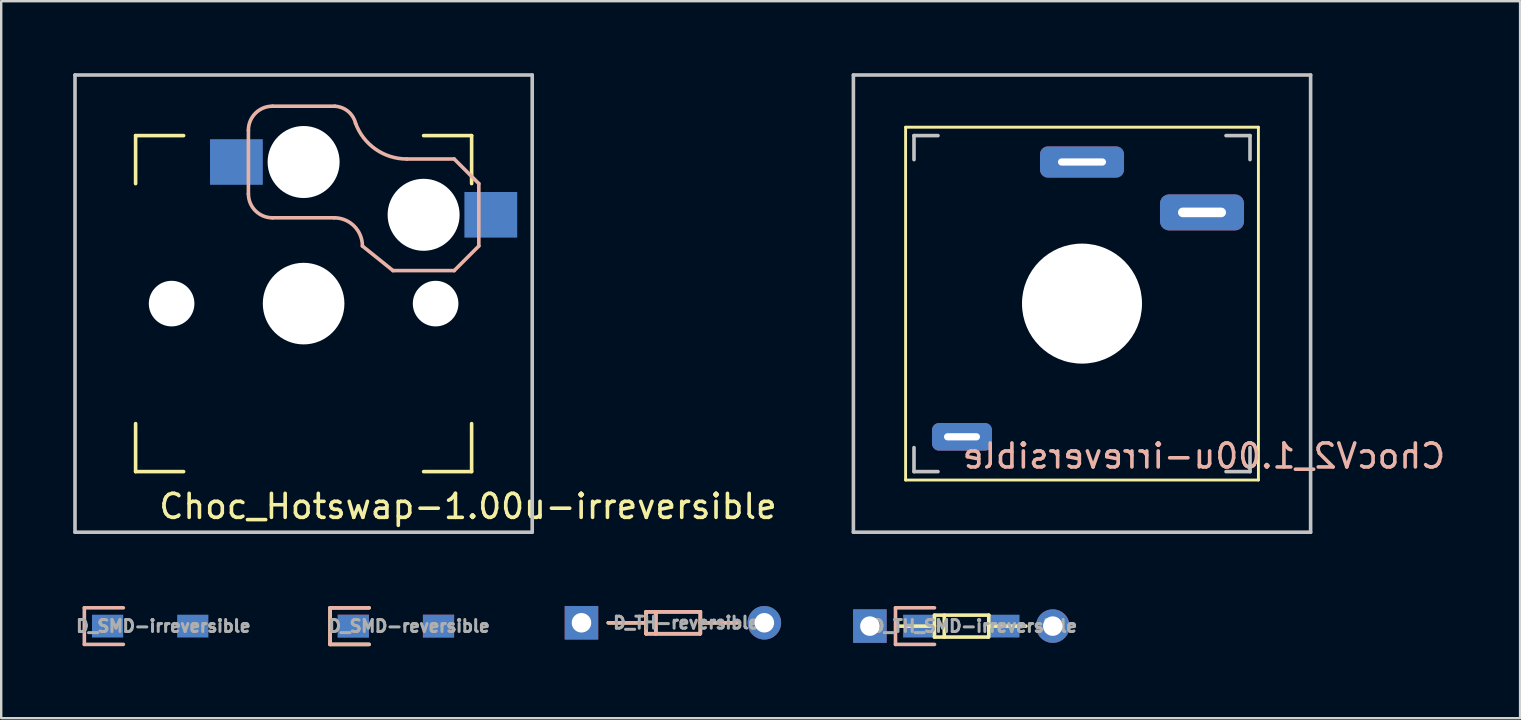
<source format=kicad_pcb>
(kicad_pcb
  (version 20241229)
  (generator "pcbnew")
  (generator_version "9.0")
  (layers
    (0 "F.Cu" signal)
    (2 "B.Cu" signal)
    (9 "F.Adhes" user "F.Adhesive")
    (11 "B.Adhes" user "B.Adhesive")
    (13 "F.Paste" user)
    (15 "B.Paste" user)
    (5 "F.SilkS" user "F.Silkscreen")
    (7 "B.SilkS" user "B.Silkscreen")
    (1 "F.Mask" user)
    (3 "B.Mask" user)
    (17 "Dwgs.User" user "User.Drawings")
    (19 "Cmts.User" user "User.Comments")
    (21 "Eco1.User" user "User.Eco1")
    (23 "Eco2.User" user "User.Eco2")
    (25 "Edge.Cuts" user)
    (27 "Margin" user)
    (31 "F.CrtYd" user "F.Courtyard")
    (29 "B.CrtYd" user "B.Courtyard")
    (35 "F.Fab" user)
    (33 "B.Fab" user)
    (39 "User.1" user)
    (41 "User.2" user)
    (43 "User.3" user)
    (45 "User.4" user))
  (footprint "D_TH-reversible"
    (layer "F.Cu")
    (at 24.987 22.898)
    (property "Reference" "D_TH-reversible" (at 0.55 0 0) (layer "F.Fab") (effects (font (size 0.5 0.5) (thickness 0.125))))
    (attr through_hole)
    (fp_line (start -2.692 0) (end -1.118 0) (stroke (width 0.15) (type solid)) (layer "F.SilkS"))
    (fp_line (start -1.118 -0.457) (end -1.118 0.457) (stroke (width 0.15) (type solid)) (layer "F.SilkS"))
    (fp_line (start -1.118 -0.457) (end 1.143 -0.457) (stroke (width 0.15) (type solid)) (layer "F.SilkS"))
    (fp_line (start -0.711 -0.457) (end -0.711 0.457) (stroke (width 0.15) (type solid)) (layer "F.SilkS"))
    (fp_line (start 1.118 0.457) (end -1.118 0.457) (stroke (width 0.15) (type solid)) (layer "F.SilkS"))
    (fp_line (start 1.143 -0.457) (end 1.143 0.457) (stroke (width 0.15) (type solid)) (layer "F.SilkS"))
    (fp_line (start 1.143 0) (end 2.692 0) (stroke (width 0.15) (type solid)) (layer "F.SilkS"))
    (fp_line (start -2.692 0) (end -1.118 0) (stroke (width 0.15) (type solid)) (layer "B.SilkS"))
    (fp_line (start -1.118 -0.457) (end -1.118 0.457) (stroke (width 0.15) (type solid)) (layer "B.SilkS"))
    (fp_line (start -1.118 -0.457) (end 1.143 -0.457) (stroke (width 0.15) (type solid)) (layer "B.SilkS"))
    (fp_line (start -0.711 -0.457) (end -0.711 0.457) (stroke (width 0.15) (type solid)) (layer "B.SilkS"))
    (fp_line (start 1.118 0.457) (end -1.118 0.457) (stroke (width 0.15) (type solid)) (layer "B.SilkS"))
    (fp_line (start 1.143 -0.457) (end 1.143 0.457) (stroke (width 0.15) (type solid)) (layer "B.SilkS"))
    (fp_line (start 1.143 0) (end 2.692 0) (stroke (width 0.15) (type solid)) (layer "B.SilkS"))
    (pad "1" thru_hole rect (at -3.81 0) (size 1.397 1.397) (drill 0.813) (layers "*.Cu" "*.Mask"))
    (pad "2" thru_hole circle (at 3.81 0) (size 1.397 1.397) (drill 0.813) (layers "*.Cu" "*.Mask")))
  (footprint "ChocV2_1.00u-irreversible"
    (layer "F.Cu")
    (at 42.032 9.6)
    (property "Reference" "ChocV2_1.00u-irreversible" (at 5.08 6.35 0) (layer "B.SilkS") (effects (font (size 1 1) (thickness 0.15)) (justify mirror)))
    (attr through_hole)
    (fp_line (start -7.35 -7.35) (end -7.35 7.35) (stroke (width 0.12) (type solid)) (layer "F.SilkS"))
    (fp_line (start -7.35 7.35) (end 7.35 7.35) (stroke (width 0.12) (type solid)) (layer "F.SilkS"))
    (fp_line (start 7.35 -7.35) (end -7.35 -7.35) (stroke (width 0.12) (type solid)) (layer "F.SilkS"))
    (fp_line (start 7.35 7.35) (end 7.35 -7.35) (stroke (width 0.12) (type solid)) (layer "F.SilkS"))
    (fp_line (start -9.525 -9.525) (end 9.525 -9.525) (stroke (width 0.15) (type solid)) (layer "Dwgs.User"))
    (fp_line (start -9.525 9.525) (end -9.525 -9.525) (stroke (width 0.15) (type solid)) (layer "Dwgs.User"))
    (fp_line (start -7 -7) (end -7 -6) (stroke (width 0.15) (type solid)) (layer "Dwgs.User"))
    (fp_line (start -7 6) (end -7 7) (stroke (width 0.15) (type solid)) (layer "Dwgs.User"))
    (fp_line (start -7 7) (end -6 7) (stroke (width 0.15) (type solid)) (layer "Dwgs.User"))
    (fp_line (start -6 -7) (end -7 -7) (stroke (width 0.15) (type solid)) (layer "Dwgs.User"))
    (fp_line (start 6 -7) (end 7 -7) (stroke (width 0.15) (type solid)) (layer "Dwgs.User"))
    (fp_line (start 7 -7) (end 7 -6) (stroke (width 0.15) (type solid)) (layer "Dwgs.User"))
    (fp_line (start 7 6) (end 7 7) (stroke (width 0.15) (type solid)) (layer "Dwgs.User"))
    (fp_line (start 7 7) (end 6 7) (stroke (width 0.15) (type solid)) (layer "Dwgs.User"))
    (fp_line (start 9.525 -9.525) (end 9.525 9.525) (stroke (width 0.15) (type solid)) (layer "Dwgs.User"))
    (fp_line (start 9.525 9.525) (end -9.525 9.525) (stroke (width 0.15) (type solid)) (layer "Dwgs.User"))
    (pad "" thru_hole roundrect (at -5 5.55 180) (size 2.5 1.15) (drill oval 1.5 0.3) (layers "*.Cu" "*.Mask") (roundrect_rratio 0.25))
    (pad "" np_thru_hole circle (at 0 0 270) (size 5 5) (drill 5) (layers "*.Cu" "*.Mask"))
    (pad "1" thru_hole roundrect (at 5 -3.8 180) (size 3.5 1.5) (drill oval 2 0.4) (layers "*.Cu" "*.Mask") (roundrect_rratio 0.25))
    (pad "2" thru_hole roundrect (at 0 -5.9 180) (size 3.5 1.3) (drill oval 2 0.3) (layers "*.Cu" "*.Mask") (roundrect_rratio 0.25)))
  (footprint "Choc_Hotswap-1.00u-irreversible"
    (layer "F.Cu")
    (at 9.6 9.6)
    (property "Reference" "Choc_Hotswap-1.00u-irreversible" (at 6.85 8.45 180) (layer "F.SilkS") (effects (font (size 1 1) (thickness 0.15))))
    (attr through_hole)
    (fp_line (start -7 -7) (end -7 -5) (stroke (width 0.15) (type solid)) (layer "F.SilkS"))
    (fp_line (start -7 5) (end -7 7) (stroke (width 0.15) (type solid)) (layer "F.SilkS"))
    (fp_line (start -7 7) (end -5 7) (stroke (width 0.15) (type solid)) (layer "F.SilkS"))
    (fp_line (start -5 -7) (end -7 -7) (stroke (width 0.15) (type solid)) (layer "F.SilkS"))
    (fp_line (start 5 -7) (end 7 -7) (stroke (width 0.15) (type solid)) (layer "F.SilkS"))
    (fp_line (start 7 -7) (end 7 -5) (stroke (width 0.15) (type solid)) (layer "F.SilkS"))
    (fp_line (start 7 5) (end 7 7) (stroke (width 0.15) (type solid)) (layer "F.SilkS"))
    (fp_line (start 7 7) (end 5 7) (stroke (width 0.15) (type solid)) (layer "F.SilkS"))
    (fp_line (start -2.3 -4.575) (end -2.3 -7.225) (stroke (width 0.15) (type solid)) (layer "B.SilkS"))
    (fp_line (start -1.3 -8.225) (end 1.3 -8.225) (stroke (width 0.15) (type solid)) (layer "B.SilkS"))
    (fp_line (start -1.3 -3.575) (end 1.275 -3.575) (stroke (width 0.15) (type solid)) (layer "B.SilkS"))
    (fp_line (start 3.725 -1.375) (end 2.45 -2.4) (stroke (width 0.15) (type solid)) (layer "B.SilkS"))
    (fp_line (start 3.725 -1.375) (end 6.275 -1.375) (stroke (width 0.15) (type solid)) (layer "B.SilkS"))
    (fp_line (start 4.3 -6.025) (end 6.275 -6.025) (stroke (width 0.15) (type solid)) (layer "B.SilkS"))
    (fp_line (start 7.3 -5) (end 6.275 -6.025) (stroke (width 0.15) (type solid)) (layer "B.SilkS"))
    (fp_line (start 7.3 -2.4) (end 6.275 -1.375) (stroke (width 0.15) (type solid)) (layer "B.SilkS"))
    (fp_line (start 7.3 -2.4) (end 7.3 -5) (stroke (width 0.15) (type solid)) (layer "B.SilkS"))
    (fp_arc (start -2.3 -7.225) (mid -2.007107 -7.932107) (end -1.3 -8.225) (stroke (width 0.15) (type solid)) (layer "B.SilkS"))
    (fp_arc (start -1.3 -3.575) (mid -2.007107 -3.867893) (end -2.3 -4.575) (stroke (width 0.15) (type solid)) (layer "B.SilkS"))
    (fp_arc (start 1.275 -3.575) (mid 2.10585 -3.23085) (end 2.45 -2.4) (stroke (width 0.15) (type solid)) (layer "B.SilkS"))
    (fp_arc (start 1.300995 -8.223791) (mid 1.848284 -8.016021) (end 2.162199 -7.521904) (stroke (width 0.15) (type solid)) (layer "B.SilkS"))
    (fp_arc (start 4.3 -6.025) (mid 2.995114 -6.436429) (end 2.162199 -7.521904) (stroke (width 0.15) (type solid)) (layer "B.SilkS"))
    (fp_line (start -9.525 -9.525) (end 9.525 -9.525) (stroke (width 0.15) (type solid)) (layer "Dwgs.User"))
    (fp_line (start -9.525 9.525) (end -9.525 -9.525) (stroke (width 0.15) (type solid)) (layer "Dwgs.User"))
    (fp_line (start 9.525 -9.525) (end 9.525 9.525) (stroke (width 0.15) (type solid)) (layer "Dwgs.User"))
    (fp_line (start 9.525 9.525) (end -9.525 9.525) (stroke (width 0.15) (type solid)) (layer "Dwgs.User"))
    (pad "" np_thru_hole circle (at -5.5 0 270) (size 1.9 1.9) (drill 1.9) (layers "*.Cu" "*.Mask"))
    (pad "" np_thru_hole circle (at 0 -5.9 270) (size 3 3) (drill 3) (layers "*.Cu" "*.Mask"))
    (pad "" np_thru_hole circle (at 0 0 270) (size 3.4 3.4) (drill 3.4) (layers "*.Cu" "*.Mask"))
    (pad "" np_thru_hole circle (at 5 -3.7 270) (size 3 3) (drill 3) (layers "*.Cu" "*.Mask"))
    (pad "" np_thru_hole circle (at 5.5 0 270) (size 1.9 1.9) (drill 1.9) (layers "*.Cu" "*.Mask"))
    (pad "1" smd rect (at 7.8 -3.7) (size 2.2 1.9) (layers "B.Cu" "B.Mask" "B.Paste"))
    (pad "2" smd rect (at -2.8 -5.9) (size 2.2 1.9) (layers "B.Cu" "B.Mask" "B.Paste")))
  (footprint "D_SMD-reversible"
    (layer "F.Cu")
    (at 13.446 23.037)
    (property "Reference" "D_SMD-reversible" (at 0.55 0 0) (layer "F.Fab") (effects (font (size 0.5 0.5) (thickness 0.125))))
    (attr through_hole)
    (fp_line (start -2.743 -0.762) (end -2.743 0.762) (stroke (width 0.15) (type solid)) (layer "F.SilkS"))
    (fp_line (start -2.743 -0.762) (end -1.118 -0.762) (stroke (width 0.15) (type solid)) (layer "F.SilkS"))
    (fp_line (start -2.743 0.762) (end -1.118 0.762) (stroke (width 0.15) (type solid)) (layer "F.SilkS"))
    (fp_line (start -2.743 -0.762) (end -2.743 0.762) (stroke (width 0.15) (type solid)) (layer "B.SilkS"))
    (fp_line (start -2.743 -0.762) (end -1.118 -0.762) (stroke (width 0.15) (type solid)) (layer "B.SilkS"))
    (fp_line (start -2.743 0.762) (end -1.118 0.762) (stroke (width 0.15) (type solid)) (layer "B.SilkS"))
    (pad "1" smd rect (at -1.775 0) (size 1.3 0.95) (layers "F.Cu" "F.Mask" "F.Paste"))
    (pad "1" smd rect (at -1.775 0) (size 1.3 0.95) (layers "B.Cu" "B.Mask" "B.Paste"))
    (pad "2" smd rect (at 1.775 0) (size 1.3 0.95) (layers "F.Cu" "F.Mask" "F.Paste"))
    (pad "2" smd rect (at 1.775 0) (size 1.3 0.95) (layers "B.Cu" "B.Mask" "B.Paste")))
  (footprint "D_TH_SMD-irreversible"
    (layer "F.Cu")
    (at 37.004 23.037)
    (property "Reference" "D_TH_SMD-irreversible" (at 0.55 0 0) (layer "F.Fab") (effects (font (size 0.5 0.5) (thickness 0.125))))
    (attr through_hole)
    (fp_line (start -2.692 0) (end -1.118 0) (stroke (width 0.15) (type solid)) (layer "F.SilkS"))
    (fp_line (start -1.118 -0.457) (end -1.118 0.457) (stroke (width 0.15) (type solid)) (layer "F.SilkS"))
    (fp_line (start -1.118 -0.457) (end 1.143 -0.457) (stroke (width 0.15) (type solid)) (layer "F.SilkS"))
    (fp_line (start -0.711 -0.457) (end -0.711 0.457) (stroke (width 0.15) (type solid)) (layer "F.SilkS"))
    (fp_line (start 1.118 0.457) (end -1.118 0.457) (stroke (width 0.15) (type solid)) (layer "F.SilkS"))
    (fp_line (start 1.143 -0.457) (end 1.143 0.457) (stroke (width 0.15) (type solid)) (layer "F.SilkS"))
    (fp_line (start 1.143 0) (end 2.692 0) (stroke (width 0.15) (type solid)) (layer "F.SilkS"))
    (fp_line (start -2.743 -0.762) (end -2.743 0.762) (stroke (width 0.15) (type solid)) (layer "B.SilkS"))
    (fp_line (start -2.743 -0.762) (end -1.118 -0.762) (stroke (width 0.15) (type solid)) (layer "B.SilkS"))
    (fp_line (start -2.743 0.762) (end -1.118 0.762) (stroke (width 0.15) (type solid)) (layer "B.SilkS"))
    (pad "1" thru_hole rect (at -3.81 0) (size 1.397 1.397) (drill 0.813) (layers "*.Cu" "*.Mask"))
    (pad "1" smd rect (at -1.775 0) (size 1.3 0.95) (layers "B.Cu" "B.Mask" "B.Paste"))
    (pad "2" smd rect (at 1.775 0) (size 1.3 0.95) (layers "B.Cu" "B.Mask" "B.Paste"))
    (pad "2" thru_hole circle (at 3.81 0) (size 1.397 1.397) (drill 0.813) (layers "*.Cu" "*.Mask")))
  (footprint "D_SMD-irreversible"
    (layer "F.Cu")
    (at 3.207 23.037)
    (property "Reference" "D_SMD-irreversible" (at 0.55 0 0) (layer "F.Fab") (effects (font (size 0.5 0.5) (thickness 0.125))))
    (attr through_hole)
    (fp_line (start -2.743 -0.762) (end -2.743 0.762) (stroke (width 0.15) (type solid)) (layer "B.SilkS"))
    (fp_line (start -2.743 -0.762) (end -1.118 -0.762) (stroke (width 0.15) (type solid)) (layer "B.SilkS"))
    (fp_line (start -2.743 0.762) (end -1.118 0.762) (stroke (width 0.15) (type solid)) (layer "B.SilkS"))
    (pad "1" smd rect (at -1.775 0) (size 1.3 0.95) (layers "B.Cu" "B.Mask" "B.Paste"))
    (pad "2" smd rect (at 1.775 0) (size 1.3 0.95) (layers "B.Cu" "B.Mask" "B.Paste")))
  (gr_rect
    (start -3 -3)
    (end 60.285 26.874)
    (stroke (width 0.1) (type default))
    (fill no)
    (layer "Edge.Cuts")))
</source>
